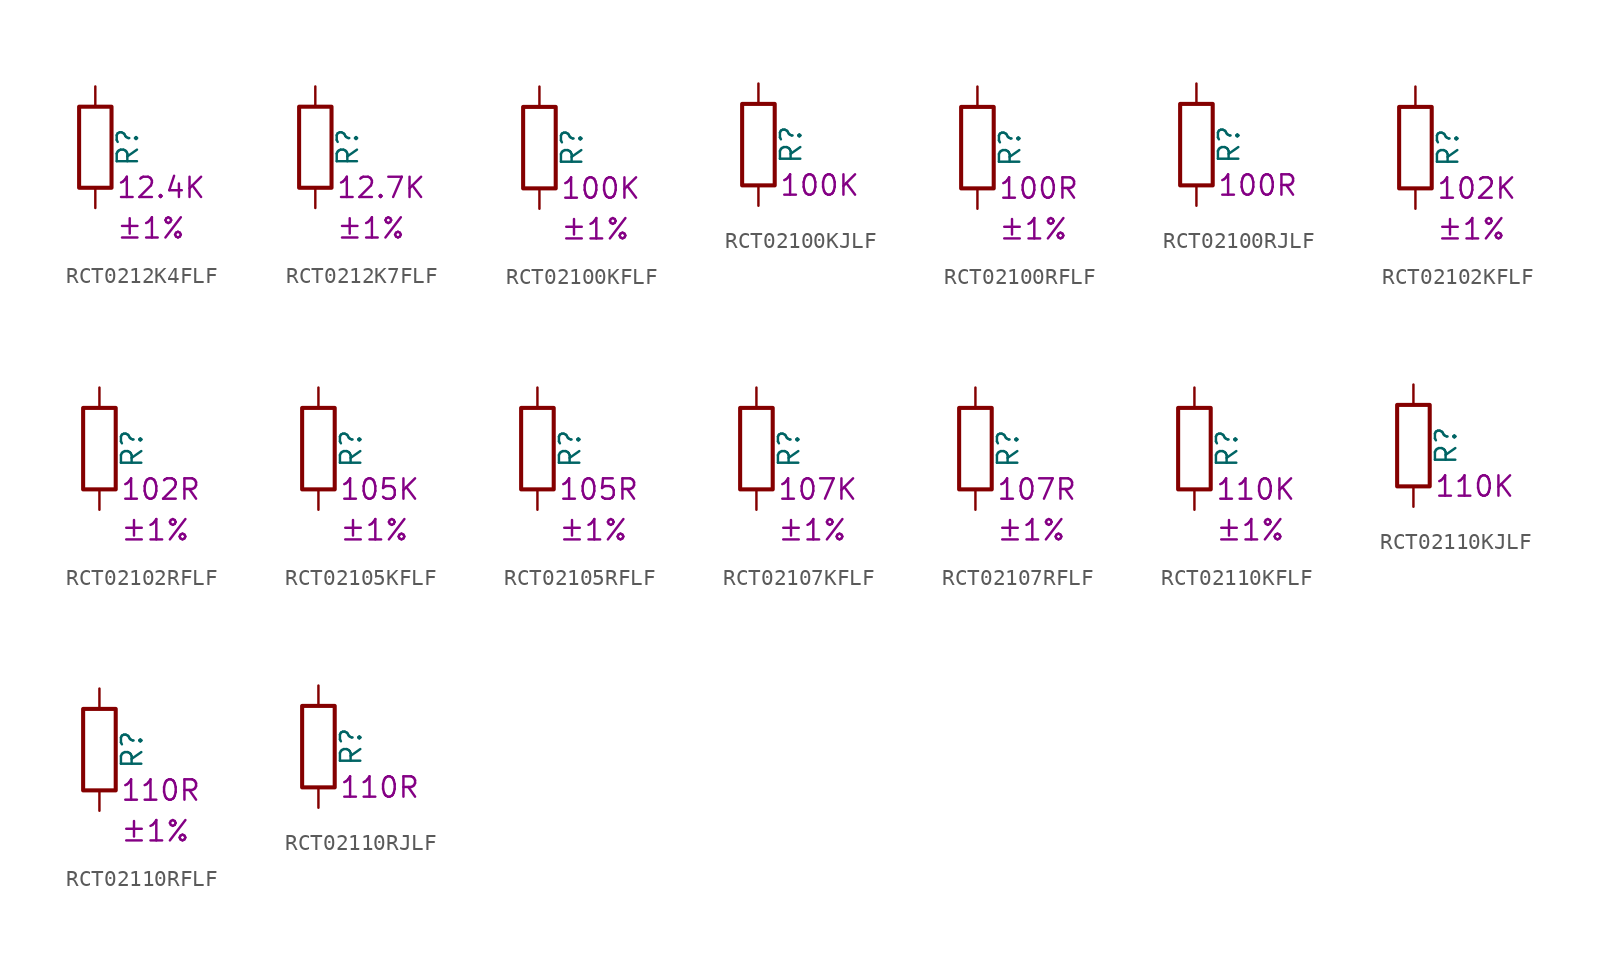
<source format=kicad_sym>
(kicad_symbol_lib
  (version 20220914)
  (generator kicad_symbol_editor)
  (symbol "RCT0212K4FLF"
    (pin_numbers hide)
    (pin_names
      (offset 0))
    (property "Reference" "R"
      (at 2.032 0 90)
      (effects (font (size 1.27 1.27))))
    (property "Resistance" "12.4K"
      (at 1.27 -2.54 0)
      (effects (font (size 1.27 1.27)) (justify left)))
    (property "Tolerance" "±1%"
      (at 1.27 -5.08 0)
      (effects (font (size 1.27 1.27)) (justify left)))
    (symbol "RCT0212K4FLF_0_1"
      (rectangle (start -1.016 -2.54) (end 1.016 2.54) (stroke (width 0.254) (type default)) (fill (type none))))
    (symbol "RCT0212K4FLF_1_1"
      (pin passive line (at 0 3.81 270) (length 1.27) (name "~" (effects (font (size 1.27 1.27)))) (number "1" (effects (font (size 1.27 1.27)))))
      (pin passive line (at 0 -3.81 90) (length 1.27) (name "~" (effects (font (size 1.27 1.27)))) (number "2" (effects (font (size 1.27 1.27)))))))
  (symbol "RCT0212K7FLF"
    (pin_numbers hide)
    (pin_names
      (offset 0))
    (property "Reference" "R"
      (at 2.032 0 90)
      (effects (font (size 1.27 1.27))))
    (property "Resistance" "12.7K"
      (at 1.27 -2.54 0)
      (effects (font (size 1.27 1.27)) (justify left)))
    (property "Tolerance" "±1%"
      (at 1.27 -5.08 0)
      (effects (font (size 1.27 1.27)) (justify left)))
    (symbol "RCT0212K7FLF_0_1"
      (rectangle (start -1.016 -2.54) (end 1.016 2.54) (stroke (width 0.254) (type default)) (fill (type none))))
    (symbol "RCT0212K7FLF_1_1"
      (pin passive line (at 0 3.81 270) (length 1.27) (name "~" (effects (font (size 1.27 1.27)))) (number "1" (effects (font (size 1.27 1.27)))))
      (pin passive line (at 0 -3.81 90) (length 1.27) (name "~" (effects (font (size 1.27 1.27)))) (number "2" (effects (font (size 1.27 1.27)))))))
  (symbol "RCT02100KFLF"
    (pin_numbers hide)
    (pin_names
      (offset 0))
    (property "Reference" "R"
      (at 2.032 0 90)
      (effects (font (size 1.27 1.27))))
    (property "Resistance" "100K"
      (at 1.27 -2.54 0)
      (effects (font (size 1.27 1.27)) (justify left)))
    (property "Tolerance" "±1%"
      (at 1.27 -5.08 0)
      (effects (font (size 1.27 1.27)) (justify left)))
    (symbol "RCT02100KFLF_0_1"
      (rectangle (start -1.016 -2.54) (end 1.016 2.54) (stroke (width 0.254) (type default)) (fill (type none))))
    (symbol "RCT02100KFLF_1_1"
      (pin passive line (at 0 3.81 270) (length 1.27) (name "~" (effects (font (size 1.27 1.27)))) (number "1" (effects (font (size 1.27 1.27)))))
      (pin passive line (at 0 -3.81 90) (length 1.27) (name "~" (effects (font (size 1.27 1.27)))) (number "2" (effects (font (size 1.27 1.27)))))))
  (symbol "RCT02100KJLF"
    (pin_numbers hide)
    (pin_names
      (offset 0))
    (property "Reference" "R"
      (at 2.032 0 90)
      (effects (font (size 1.27 1.27))))
    (property "Resistance" "100K"
      (at 1.27 -2.54 0)
      (effects (font (size 1.27 1.27)) (justify left)))
    (symbol "RCT02100KJLF_0_1"
      (rectangle (start -1.016 -2.54) (end 1.016 2.54) (stroke (width 0.254) (type default)) (fill (type none))))
    (symbol "RCT02100KJLF_1_1"
      (pin passive line (at 0 3.81 270) (length 1.27) (name "~" (effects (font (size 1.27 1.27)))) (number "1" (effects (font (size 1.27 1.27)))))
      (pin passive line (at 0 -3.81 90) (length 1.27) (name "~" (effects (font (size 1.27 1.27)))) (number "2" (effects (font (size 1.27 1.27)))))))
  (symbol "RCT02100RFLF"
    (pin_numbers hide)
    (pin_names
      (offset 0))
    (property "Reference" "R"
      (at 2.032 0 90)
      (effects (font (size 1.27 1.27))))
    (property "Resistance" "100R"
      (at 1.27 -2.54 0)
      (effects (font (size 1.27 1.27)) (justify left)))
    (property "Tolerance" "±1%"
      (at 1.27 -5.08 0)
      (effects (font (size 1.27 1.27)) (justify left)))
    (symbol "RCT02100RFLF_0_1"
      (rectangle (start -1.016 -2.54) (end 1.016 2.54) (stroke (width 0.254) (type default)) (fill (type none))))
    (symbol "RCT02100RFLF_1_1"
      (pin passive line (at 0 3.81 270) (length 1.27) (name "~" (effects (font (size 1.27 1.27)))) (number "1" (effects (font (size 1.27 1.27)))))
      (pin passive line (at 0 -3.81 90) (length 1.27) (name "~" (effects (font (size 1.27 1.27)))) (number "2" (effects (font (size 1.27 1.27)))))))
  (symbol "RCT02100RJLF"
    (pin_numbers hide)
    (pin_names
      (offset 0))
    (property "Reference" "R"
      (at 2.032 0 90)
      (effects (font (size 1.27 1.27))))
    (property "Resistance" "100R"
      (at 1.27 -2.54 0)
      (effects (font (size 1.27 1.27)) (justify left)))
    (symbol "RCT02100RJLF_0_1"
      (rectangle (start -1.016 -2.54) (end 1.016 2.54) (stroke (width 0.254) (type default)) (fill (type none))))
    (symbol "RCT02100RJLF_1_1"
      (pin passive line (at 0 3.81 270) (length 1.27) (name "~" (effects (font (size 1.27 1.27)))) (number "1" (effects (font (size 1.27 1.27)))))
      (pin passive line (at 0 -3.81 90) (length 1.27) (name "~" (effects (font (size 1.27 1.27)))) (number "2" (effects (font (size 1.27 1.27)))))))
  (symbol "RCT02102KFLF"
    (pin_numbers hide)
    (pin_names
      (offset 0))
    (property "Reference" "R"
      (at 2.032 0 90)
      (effects (font (size 1.27 1.27))))
    (property "Resistance" "102K"
      (at 1.27 -2.54 0)
      (effects (font (size 1.27 1.27)) (justify left)))
    (property "Tolerance" "±1%"
      (at 1.27 -5.08 0)
      (effects (font (size 1.27 1.27)) (justify left)))
    (symbol "RCT02102KFLF_0_1"
      (rectangle (start -1.016 -2.54) (end 1.016 2.54) (stroke (width 0.254) (type default)) (fill (type none))))
    (symbol "RCT02102KFLF_1_1"
      (pin passive line (at 0 3.81 270) (length 1.27) (name "~" (effects (font (size 1.27 1.27)))) (number "1" (effects (font (size 1.27 1.27)))))
      (pin passive line (at 0 -3.81 90) (length 1.27) (name "~" (effects (font (size 1.27 1.27)))) (number "2" (effects (font (size 1.27 1.27)))))))
  (symbol "RCT02102RFLF"
    (pin_numbers hide)
    (pin_names
      (offset 0))
    (property "Reference" "R"
      (at 2.032 0 90)
      (effects (font (size 1.27 1.27))))
    (property "Resistance" "102R"
      (at 1.27 -2.54 0)
      (effects (font (size 1.27 1.27)) (justify left)))
    (property "Tolerance" "±1%"
      (at 1.27 -5.08 0)
      (effects (font (size 1.27 1.27)) (justify left)))
    (symbol "RCT02102RFLF_0_1"
      (rectangle (start -1.016 -2.54) (end 1.016 2.54) (stroke (width 0.254) (type default)) (fill (type none))))
    (symbol "RCT02102RFLF_1_1"
      (pin passive line (at 0 3.81 270) (length 1.27) (name "~" (effects (font (size 1.27 1.27)))) (number "1" (effects (font (size 1.27 1.27)))))
      (pin passive line (at 0 -3.81 90) (length 1.27) (name "~" (effects (font (size 1.27 1.27)))) (number "2" (effects (font (size 1.27 1.27)))))))
  (symbol "RCT02105KFLF"
    (pin_numbers hide)
    (pin_names
      (offset 0))
    (property "Reference" "R"
      (at 2.032 0 90)
      (effects (font (size 1.27 1.27))))
    (property "Resistance" "105K"
      (at 1.27 -2.54 0)
      (effects (font (size 1.27 1.27)) (justify left)))
    (property "Tolerance" "±1%"
      (at 1.27 -5.08 0)
      (effects (font (size 1.27 1.27)) (justify left)))
    (symbol "RCT02105KFLF_0_1"
      (rectangle (start -1.016 -2.54) (end 1.016 2.54) (stroke (width 0.254) (type default)) (fill (type none))))
    (symbol "RCT02105KFLF_1_1"
      (pin passive line (at 0 3.81 270) (length 1.27) (name "~" (effects (font (size 1.27 1.27)))) (number "1" (effects (font (size 1.27 1.27)))))
      (pin passive line (at 0 -3.81 90) (length 1.27) (name "~" (effects (font (size 1.27 1.27)))) (number "2" (effects (font (size 1.27 1.27)))))))
  (symbol "RCT02105RFLF"
    (pin_numbers hide)
    (pin_names
      (offset 0))
    (property "Reference" "R"
      (at 2.032 0 90)
      (effects (font (size 1.27 1.27))))
    (property "Resistance" "105R"
      (at 1.27 -2.54 0)
      (effects (font (size 1.27 1.27)) (justify left)))
    (property "Tolerance" "±1%"
      (at 1.27 -5.08 0)
      (effects (font (size 1.27 1.27)) (justify left)))
    (symbol "RCT02105RFLF_0_1"
      (rectangle (start -1.016 -2.54) (end 1.016 2.54) (stroke (width 0.254) (type default)) (fill (type none))))
    (symbol "RCT02105RFLF_1_1"
      (pin passive line (at 0 3.81 270) (length 1.27) (name "~" (effects (font (size 1.27 1.27)))) (number "1" (effects (font (size 1.27 1.27)))))
      (pin passive line (at 0 -3.81 90) (length 1.27) (name "~" (effects (font (size 1.27 1.27)))) (number "2" (effects (font (size 1.27 1.27)))))))
  (symbol "RCT02107KFLF"
    (pin_numbers hide)
    (pin_names
      (offset 0))
    (property "Reference" "R"
      (at 2.032 0 90)
      (effects (font (size 1.27 1.27))))
    (property "Resistance" "107K"
      (at 1.27 -2.54 0)
      (effects (font (size 1.27 1.27)) (justify left)))
    (property "Tolerance" "±1%"
      (at 1.27 -5.08 0)
      (effects (font (size 1.27 1.27)) (justify left)))
    (symbol "RCT02107KFLF_0_1"
      (rectangle (start -1.016 -2.54) (end 1.016 2.54) (stroke (width 0.254) (type default)) (fill (type none))))
    (symbol "RCT02107KFLF_1_1"
      (pin passive line (at 0 3.81 270) (length 1.27) (name "~" (effects (font (size 1.27 1.27)))) (number "1" (effects (font (size 1.27 1.27)))))
      (pin passive line (at 0 -3.81 90) (length 1.27) (name "~" (effects (font (size 1.27 1.27)))) (number "2" (effects (font (size 1.27 1.27)))))))
  (symbol "RCT02107RFLF"
    (pin_numbers hide)
    (pin_names
      (offset 0))
    (property "Reference" "R"
      (at 2.032 0 90)
      (effects (font (size 1.27 1.27))))
    (property "Resistance" "107R"
      (at 1.27 -2.54 0)
      (effects (font (size 1.27 1.27)) (justify left)))
    (property "Tolerance" "±1%"
      (at 1.27 -5.08 0)
      (effects (font (size 1.27 1.27)) (justify left)))
    (symbol "RCT02107RFLF_0_1"
      (rectangle (start -1.016 -2.54) (end 1.016 2.54) (stroke (width 0.254) (type default)) (fill (type none))))
    (symbol "RCT02107RFLF_1_1"
      (pin passive line (at 0 3.81 270) (length 1.27) (name "~" (effects (font (size 1.27 1.27)))) (number "1" (effects (font (size 1.27 1.27)))))
      (pin passive line (at 0 -3.81 90) (length 1.27) (name "~" (effects (font (size 1.27 1.27)))) (number "2" (effects (font (size 1.27 1.27)))))))
  (symbol "RCT02110KFLF"
    (pin_numbers hide)
    (pin_names
      (offset 0))
    (property "Reference" "R"
      (at 2.032 0 90)
      (effects (font (size 1.27 1.27))))
    (property "Resistance" "110K"
      (at 1.27 -2.54 0)
      (effects (font (size 1.27 1.27)) (justify left)))
    (property "Tolerance" "±1%"
      (at 1.27 -5.08 0)
      (effects (font (size 1.27 1.27)) (justify left)))
    (symbol "RCT02110KFLF_0_1"
      (rectangle (start -1.016 -2.54) (end 1.016 2.54) (stroke (width 0.254) (type default)) (fill (type none))))
    (symbol "RCT02110KFLF_1_1"
      (pin passive line (at 0 3.81 270) (length 1.27) (name "~" (effects (font (size 1.27 1.27)))) (number "1" (effects (font (size 1.27 1.27)))))
      (pin passive line (at 0 -3.81 90) (length 1.27) (name "~" (effects (font (size 1.27 1.27)))) (number "2" (effects (font (size 1.27 1.27)))))))
  (symbol "RCT02110KJLF"
    (pin_numbers hide)
    (pin_names
      (offset 0))
    (property "Reference" "R"
      (at 2.032 0 90)
      (effects (font (size 1.27 1.27))))
    (property "Resistance" "110K"
      (at 1.27 -2.54 0)
      (effects (font (size 1.27 1.27)) (justify left)))
    (symbol "RCT02110KJLF_0_1"
      (rectangle (start -1.016 -2.54) (end 1.016 2.54) (stroke (width 0.254) (type default)) (fill (type none))))
    (symbol "RCT02110KJLF_1_1"
      (pin passive line (at 0 3.81 270) (length 1.27) (name "~" (effects (font (size 1.27 1.27)))) (number "1" (effects (font (size 1.27 1.27)))))
      (pin passive line (at 0 -3.81 90) (length 1.27) (name "~" (effects (font (size 1.27 1.27)))) (number "2" (effects (font (size 1.27 1.27)))))))
  (symbol "RCT02110RFLF"
    (pin_numbers hide)
    (pin_names
      (offset 0))
    (property "Reference" "R"
      (at 2.032 0 90)
      (effects (font (size 1.27 1.27))))
    (property "Resistance" "110R"
      (at 1.27 -2.54 0)
      (effects (font (size 1.27 1.27)) (justify left)))
    (property "Tolerance" "±1%"
      (at 1.27 -5.08 0)
      (effects (font (size 1.27 1.27)) (justify left)))
    (symbol "RCT02110RFLF_0_1"
      (rectangle (start -1.016 -2.54) (end 1.016 2.54) (stroke (width 0.254) (type default)) (fill (type none))))
    (symbol "RCT02110RFLF_1_1"
      (pin passive line (at 0 3.81 270) (length 1.27) (name "~" (effects (font (size 1.27 1.27)))) (number "1" (effects (font (size 1.27 1.27)))))
      (pin passive line (at 0 -3.81 90) (length 1.27) (name "~" (effects (font (size 1.27 1.27)))) (number "2" (effects (font (size 1.27 1.27)))))))
  (symbol "RCT02110RJLF"
    (pin_numbers hide)
    (pin_names
      (offset 0))
    (property "Reference" "R"
      (at 2.032 0 90)
      (effects (font (size 1.27 1.27))))
    (property "Resistance" "110R"
      (at 1.27 -2.54 0)
      (effects (font (size 1.27 1.27)) (justify left)))
    (symbol "RCT02110RJLF_0_1"
      (rectangle (start -1.016 -2.54) (end 1.016 2.54) (stroke (width 0.254) (type default)) (fill (type none))))
    (symbol "RCT02110RJLF_1_1"
      (pin passive line (at 0 3.81 270) (length 1.27) (name "~" (effects (font (size 1.27 1.27)))) (number "1" (effects (font (size 1.27 1.27)))))
      (pin passive line (at 0 -3.81 90) (length 1.27) (name "~" (effects (font (size 1.27 1.27)))) (number "2" (effects (font (size 1.27 1.27))))))))
</source>
